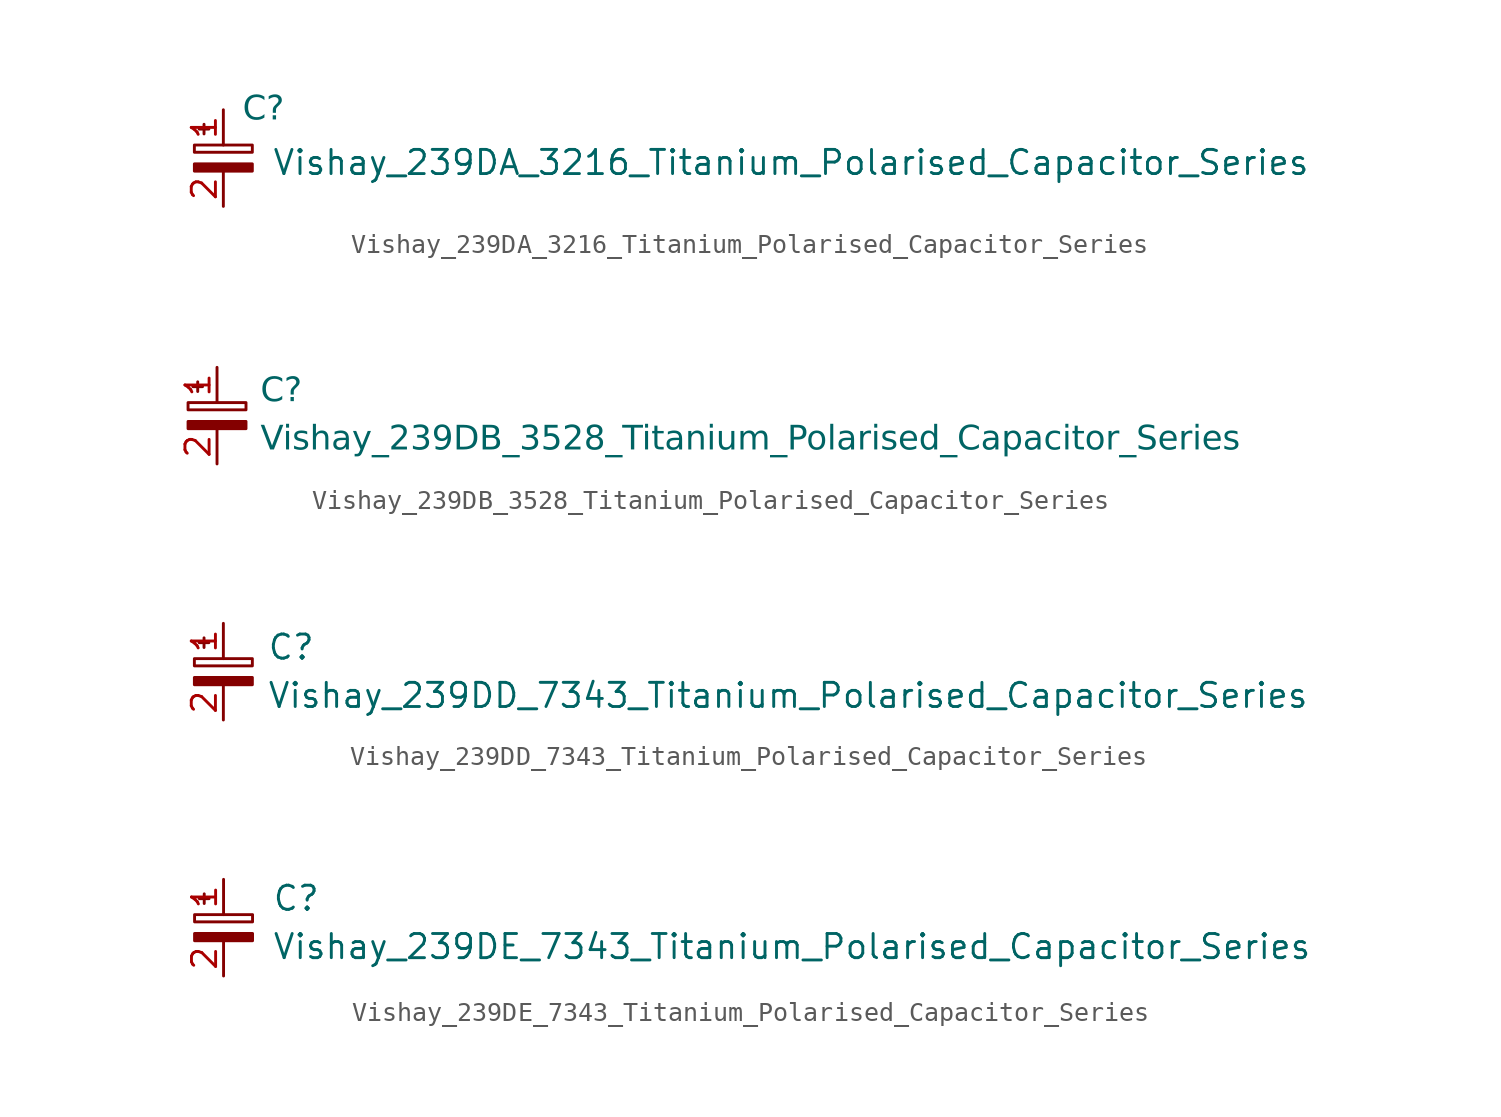
<source format=kicad_sym>
(kicad_symbol_lib
  (version 20241209)
  (generator "kicad_symbol_editor")
  (generator_version "9.0")
  (symbol "Vishay_239DA_3216_Titanium_Polarised_Capacitor_Series"
    (pin_names
      (hide yes))
    (property "Reference" "C"
      (at 1.016 0.762 0)
      (effects (font (face "Adwaita Sans") (size 1.27 1.27)) (justify left top)))
    (property "Value" "Vishay_239DA_3216_Titanium_Polarised_Capacitor_Series"
      (at 2.54 -2.032 0)
      (effects (font (size 1.27 1.27)) (justify left top)))
    (symbol "Vishay_239DA_3216_Titanium_Polarised_Capacitor_Series_0_1"
      (rectangle (start -1.524 -1.854) (end 1.524 -2.235) (stroke (width 0) (type default)) (fill (type none)))
      (rectangle (start -1.524 -2.845) (end 1.524 -3.226) (stroke (width 0) (type default)) (fill (type outline)))
      (polyline (pts (xy -1.27 -1.016) (xy -0.762 -1.016)) (stroke (width 0) (type default)) (fill (type none)))
      (polyline (pts (xy -1.016 -1.27) (xy -1.016 -0.762)) (stroke (width 0) (type default)) (fill (type none))))
    (symbol "Vishay_239DA_3216_Titanium_Polarised_Capacitor_Series_1_1"
      (pin passive line (at 0 0 270) (length 1.854) (name "~" (effects (font (size 1.27 1.27)))) (number "1" (effects (font (size 1.27 1.27)))))
      (pin passive line (at 0 -5.08 90) (length 1.854) (name "~" (effects (font (size 1.27 1.27)))) (number "2" (effects (font (size 1.27 1.27)))))))
  (symbol "Vishay_239DB_3528_Titanium_Polarised_Capacitor_Series"
    (pin_names
      (hide yes))
    (property "Reference" "C"
      (at 2.286 -0.508 0)
      (effects (font (face "Adwaita Sans") (size 1.27 1.27)) (justify left top)))
    (property "Value" "Vishay_239DB_3528_Titanium_Polarised_Capacitor_Series"
      (at 2.286 -3.048 0)
      (effects (font (face "Adwaita Sans") (size 1.27 1.27)) (justify left top)))
    (symbol "Vishay_239DB_3528_Titanium_Polarised_Capacitor_Series_0_1"
      (rectangle (start -1.524 -1.854) (end 1.524 -2.235) (stroke (width 0) (type default)) (fill (type none)))
      (rectangle (start -1.524 -2.845) (end 1.524 -3.226) (stroke (width 0) (type default)) (fill (type outline)))
      (polyline (pts (xy -1.27 -1.016) (xy -0.762 -1.016)) (stroke (width 0) (type default)) (fill (type none)))
      (polyline (pts (xy -1.016 -1.27) (xy -1.016 -0.762)) (stroke (width 0) (type default)) (fill (type none))))
    (symbol "Vishay_239DB_3528_Titanium_Polarised_Capacitor_Series_1_1"
      (pin passive line (at 0 0 270) (length 1.854) (name "~" (effects (font (size 1.27 1.27)))) (number "1" (effects (font (size 1.27 1.27)))))
      (pin passive line (at 0 -5.08 90) (length 1.854) (name "~" (effects (font (size 1.27 1.27)))) (number "2" (effects (font (size 1.27 1.27)))))))
  (symbol "Vishay_239DD_7343_Titanium_Polarised_Capacitor_Series"
    (pin_names
      (hide yes))
    (property "Reference" "C"
      (at 2.286 -0.508 0)
      (effects (font (size 1.27 1.27)) (justify left top)))
    (property "Value" "Vishay_239DD_7343_Titanium_Polarised_Capacitor_Series"
      (at 2.286 -3.048 0)
      (effects (font (size 1.27 1.27)) (justify left top)))
    (symbol "Vishay_239DD_7343_Titanium_Polarised_Capacitor_Series_0_1"
      (rectangle (start -1.524 -1.854) (end 1.524 -2.235) (stroke (width 0) (type default)) (fill (type none)))
      (rectangle (start -1.524 -2.845) (end 1.524 -3.226) (stroke (width 0) (type default)) (fill (type outline)))
      (polyline (pts (xy -1.27 -1.016) (xy -0.762 -1.016)) (stroke (width 0) (type default)) (fill (type none)))
      (polyline (pts (xy -1.016 -1.27) (xy -1.016 -0.762)) (stroke (width 0) (type default)) (fill (type none))))
    (symbol "Vishay_239DD_7343_Titanium_Polarised_Capacitor_Series_1_1"
      (pin passive line (at 0 0 270) (length 1.854) (name "~" (effects (font (size 1.27 1.27)))) (number "1" (effects (font (size 1.27 1.27)))))
      (pin passive line (at 0 -5.08 90) (length 1.854) (name "~" (effects (font (size 1.27 1.27)))) (number "2" (effects (font (size 1.27 1.27)))))))
  (symbol "Vishay_239DE_7343_Titanium_Polarised_Capacitor_Series"
    (pin_names
      (hide yes))
    (property "Reference" "C"
      (at 2.54 -0.254 0)
      (effects (font (size 1.27 1.27)) (justify left top)))
    (property "Value" "Vishay_239DE_7343_Titanium_Polarised_Capacitor_Series"
      (at 2.54 -2.794 0)
      (effects (font (size 1.27 1.27)) (justify left top)))
    (symbol "Vishay_239DE_7343_Titanium_Polarised_Capacitor_Series_0_1"
      (rectangle (start -1.524 -1.854) (end 1.524 -2.235) (stroke (width 0) (type default)) (fill (type none)))
      (rectangle (start -1.524 -2.845) (end 1.524 -3.226) (stroke (width 0) (type default)) (fill (type outline)))
      (polyline (pts (xy -1.27 -1.016) (xy -0.762 -1.016)) (stroke (width 0) (type default)) (fill (type none)))
      (polyline (pts (xy -1.016 -1.27) (xy -1.016 -0.762)) (stroke (width 0) (type default)) (fill (type none))))
    (symbol "Vishay_239DE_7343_Titanium_Polarised_Capacitor_Series_1_1"
      (pin passive line (at 0 0 270) (length 1.854) (name "~" (effects (font (size 1.27 1.27)))) (number "1" (effects (font (size 1.27 1.27)))))
      (pin passive line (at 0 -5.08 90) (length 1.854) (name "~" (effects (font (size 1.27 1.27)))) (number "2" (effects (font (size 1.27 1.27))))))))
</source>
